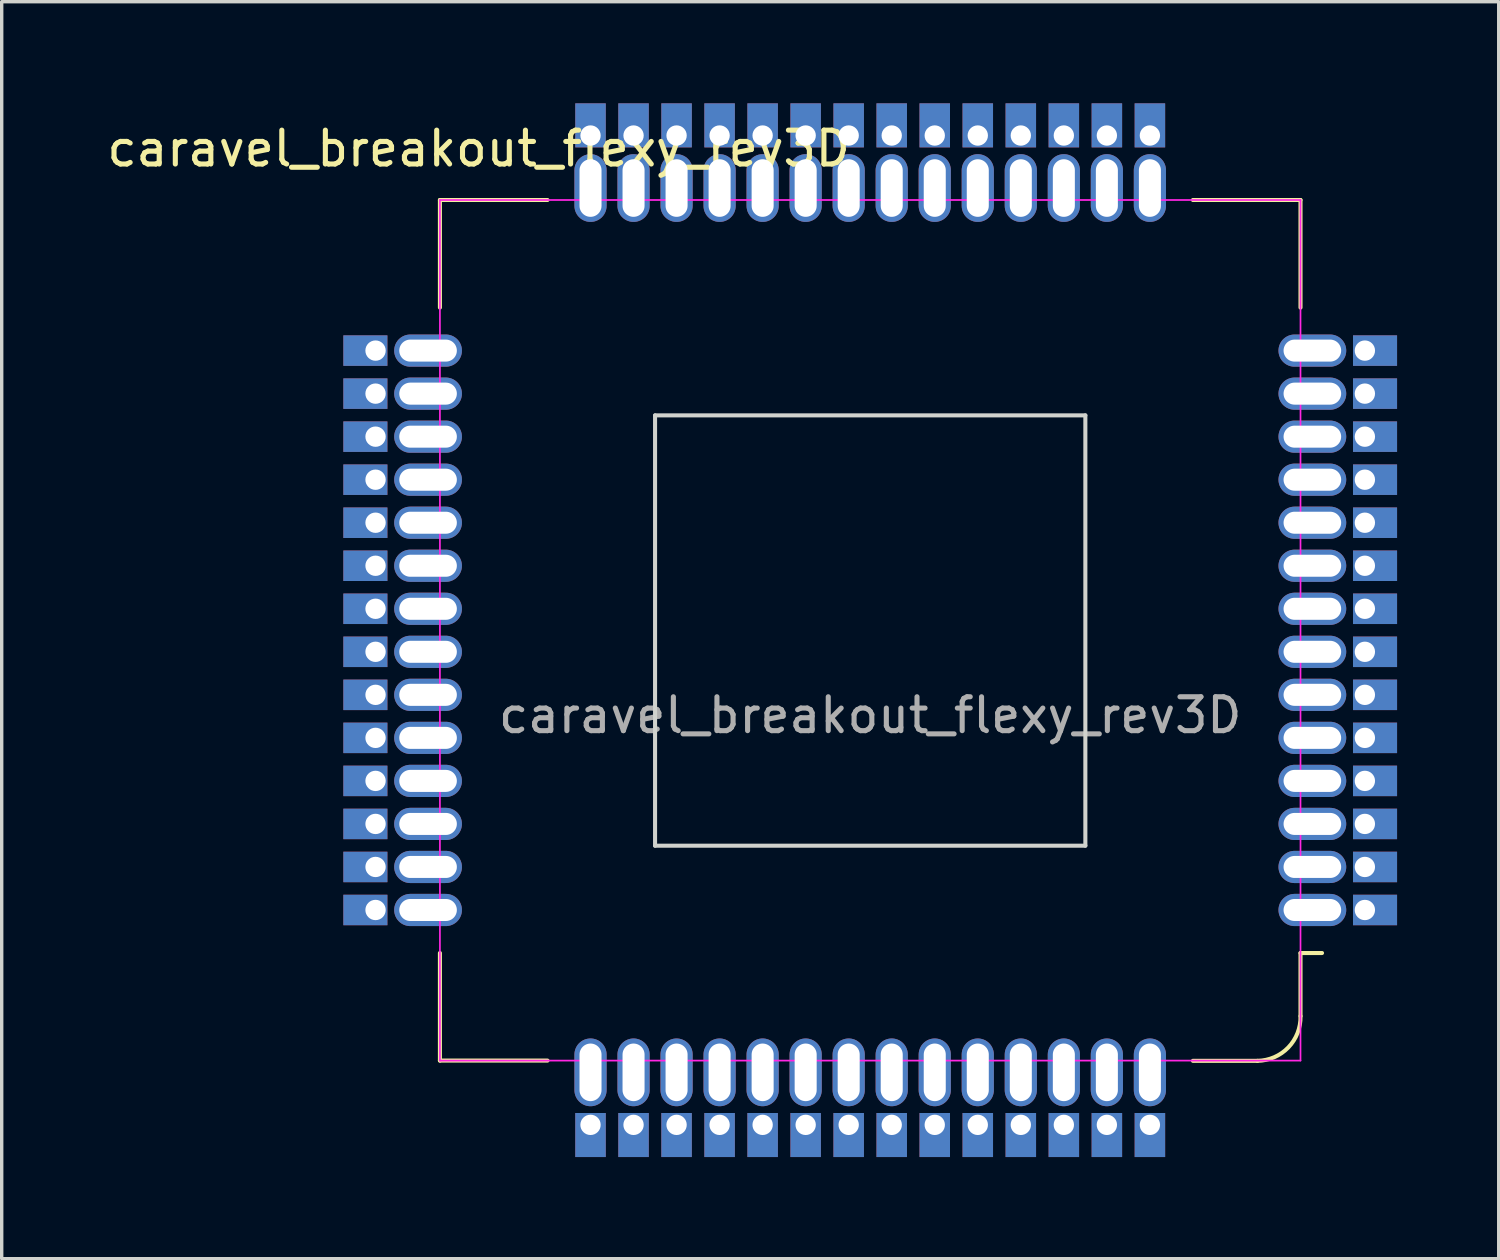
<source format=kicad_pcb>
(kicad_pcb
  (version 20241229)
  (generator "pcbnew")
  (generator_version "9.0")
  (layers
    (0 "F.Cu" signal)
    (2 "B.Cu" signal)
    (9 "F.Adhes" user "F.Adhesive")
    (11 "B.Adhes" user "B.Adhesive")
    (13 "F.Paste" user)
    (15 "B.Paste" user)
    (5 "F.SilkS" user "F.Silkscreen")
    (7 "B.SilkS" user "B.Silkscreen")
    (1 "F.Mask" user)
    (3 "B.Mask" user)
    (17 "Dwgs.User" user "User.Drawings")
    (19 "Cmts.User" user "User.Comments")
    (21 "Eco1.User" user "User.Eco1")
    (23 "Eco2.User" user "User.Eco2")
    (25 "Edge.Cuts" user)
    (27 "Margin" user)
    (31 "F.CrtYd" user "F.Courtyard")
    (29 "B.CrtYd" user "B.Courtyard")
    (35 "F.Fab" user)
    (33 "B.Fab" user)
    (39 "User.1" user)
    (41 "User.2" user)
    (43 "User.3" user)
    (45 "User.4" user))
  (footprint "caravel_breakout_flexy_rev3D"
    (layer "F.Cu")
    (at 22.634 15.56)
    (property "Reference" "caravel_breakout_flexy_rev3D" (at -11.557 -14.224 0) (unlocked yes) (layer "F.SilkS") (effects (font (size 1 1) (thickness 0.15))))
    (attr smd)
    (fp_line (start -12.7 -12.707) (end -9.525 -12.707) (stroke (width 0.12) (type solid)) (layer "F.SilkS"))
    (fp_line (start -12.7 -9.532) (end -12.7 -12.707) (stroke (width 0.12) (type solid)) (layer "F.SilkS"))
    (fp_line (start -12.7 9.518) (end -12.7 12.693) (stroke (width 0.12) (type solid)) (layer "F.SilkS"))
    (fp_line (start -12.7 12.693) (end -9.525 12.693) (stroke (width 0.12) (type solid)) (layer "F.SilkS"))
    (fp_line (start 9.525 -12.707) (end 12.7 -12.707) (stroke (width 0.12) (type solid)) (layer "F.SilkS"))
    (fp_line (start 9.525 12.7) (end 11.43 12.7) (stroke (width 0.12) (type solid)) (layer "F.SilkS"))
    (fp_line (start 12.7 -12.707) (end 12.7 -9.532) (stroke (width 0.12) (type solid)) (layer "F.SilkS"))
    (fp_line (start 12.7 9.518) (end 13.335 9.518) (stroke (width 0.12) (type solid)) (layer "F.SilkS"))
    (fp_line (start 12.7 11.38) (end 12.7 9.518) (stroke (width 0.12) (type solid)) (layer "F.SilkS"))
    (fp_arc (start 12.7 11.3805) (mid 12.340258 12.305182) (end 11.43 12.7) (stroke (width 0.12) (type solid)) (layer "F.SilkS"))
    (fp_line (start -6.35 -6.35) (end 6.35 -6.35) (stroke (width 0.12) (type solid)) (layer "Edge.Cuts"))
    (fp_line (start -6.35 6.35) (end -6.35 -6.35) (stroke (width 0.12) (type solid)) (layer "Edge.Cuts"))
    (fp_line (start 6.35 -6.35) (end 6.35 6.35) (stroke (width 0.12) (type solid)) (layer "Edge.Cuts"))
    (fp_line (start 6.35 6.35) (end -6.35 6.35) (stroke (width 0.12) (type solid)) (layer "Edge.Cuts"))
    (fp_line (start -12.7 -12.707) (end 12.7 -12.707) (stroke (width 0.05) (type solid)) (layer "F.CrtYd"))
    (fp_line (start -12.7 12.693) (end -12.7 -12.707) (stroke (width 0.05) (type solid)) (layer "F.CrtYd"))
    (fp_line (start -12.7 12.693) (end 12.7 12.693) (stroke (width 0.05) (type solid)) (layer "F.CrtYd"))
    (fp_line (start 12.7 12.693) (end 12.7 -12.707) (stroke (width 0.05) (type solid)) (layer "F.CrtYd"))
    (fp_text user "${REFERENCE}" (at 0 2.5 0) (unlocked yes) (layer "F.Fab") (effects (font (size 1 1) (thickness 0.15))))
    (pad "1" thru_hole oval (at 13.05 8.248 180) (size 2 0.95) (drill oval 1.7 0.65) (layers "*.Cu" "*.Mask"))
    (pad "1" thru_hole rect (at 14.6 8.248 180) (size 1.3 0.9) (drill 0.6 (offset -0.3 0)) (layers "*.Cu" "*.Mask"))
    (pad "2" thru_hole oval (at 13.05 6.978 180) (size 2 0.95) (drill oval 1.7 0.65) (layers "*.Cu" "*.Mask"))
    (pad "2" thru_hole rect (at 14.6 6.978 180) (size 1.3 0.9) (drill 0.6 (offset -0.3 0)) (layers "*.Cu" "*.Mask"))
    (pad "3" thru_hole oval (at 13.05 5.708 180) (size 2 0.95) (drill oval 1.7 0.65) (layers "*.Cu" "*.Mask"))
    (pad "3" thru_hole rect (at 14.6 5.708 180) (size 1.3 0.9) (drill 0.6 (offset -0.3 0)) (layers "*.Cu" "*.Mask"))
    (pad "4" thru_hole oval (at 13.05 4.438 180) (size 2 0.95) (drill oval 1.7 0.65) (layers "*.Cu" "*.Mask"))
    (pad "4" thru_hole rect (at 14.6 4.438 180) (size 1.3 0.9) (drill 0.6 (offset -0.3 0)) (layers "*.Cu" "*.Mask"))
    (pad "5" thru_hole oval (at 13.05 3.168 180) (size 2 0.95) (drill oval 1.7 0.65) (layers "*.Cu" "*.Mask"))
    (pad "5" thru_hole rect (at 14.6 3.168 180) (size 1.3 0.9) (drill 0.6 (offset -0.3 0)) (layers "*.Cu" "*.Mask"))
    (pad "6" thru_hole oval (at 13.05 1.898 180) (size 2 0.95) (drill oval 1.7 0.65) (layers "*.Cu" "*.Mask"))
    (pad "6" thru_hole rect (at 14.6 1.898 180) (size 1.3 0.9) (drill 0.6 (offset -0.3 0)) (layers "*.Cu" "*.Mask"))
    (pad "7" thru_hole oval (at 13.05 0.628 180) (size 2 0.95) (drill oval 1.7 0.65) (layers "*.Cu" "*.Mask"))
    (pad "7" thru_hole rect (at 14.6 0.628 180) (size 1.3 0.9) (drill 0.6 (offset -0.3 0)) (layers "*.Cu" "*.Mask"))
    (pad "8" thru_hole oval (at 13.05 -0.642 180) (size 2 0.95) (drill oval 1.7 0.65) (layers "*.Cu" "*.Mask"))
    (pad "8" thru_hole rect (at 14.6 -0.642 180) (size 1.3 0.9) (drill 0.6 (offset -0.3 0)) (layers "*.Cu" "*.Mask"))
    (pad "9" thru_hole oval (at 13.05 -1.912 180) (size 2 0.95) (drill oval 1.7 0.65) (layers "*.Cu" "*.Mask"))
    (pad "9" thru_hole rect (at 14.6 -1.912 180) (size 1.3 0.9) (drill 0.6 (offset -0.3 0)) (layers "*.Cu" "*.Mask"))
    (pad "10" thru_hole oval (at 13.05 -3.182 180) (size 2 0.95) (drill oval 1.7 0.65) (layers "*.Cu" "*.Mask"))
    (pad "10" thru_hole rect (at 14.6 -3.182 180) (size 1.3 0.9) (drill 0.6 (offset -0.3 0)) (layers "*.Cu" "*.Mask"))
    (pad "11" thru_hole oval (at 13.05 -4.452 180) (size 2 0.95) (drill oval 1.7 0.65) (layers "*.Cu" "*.Mask"))
    (pad "11" thru_hole rect (at 14.6 -4.452 180) (size 1.3 0.9) (drill 0.6 (offset -0.3 0)) (layers "*.Cu" "*.Mask"))
    (pad "12" thru_hole oval (at 13.05 -5.722 180) (size 2 0.95) (drill oval 1.7 0.65) (layers "*.Cu" "*.Mask"))
    (pad "12" thru_hole rect (at 14.6 -5.722 180) (size 1.3 0.9) (drill 0.6 (offset -0.3 0)) (layers "*.Cu" "*.Mask"))
    (pad "13" thru_hole oval (at 13.05 -6.992 180) (size 2 0.95) (drill oval 1.7 0.65) (layers "*.Cu" "*.Mask"))
    (pad "13" thru_hole rect (at 14.6 -6.992 180) (size 1.3 0.9) (drill 0.6 (offset -0.3 0)) (layers "*.Cu" "*.Mask"))
    (pad "14" thru_hole oval (at 13.05 -8.262 180) (size 2 0.95) (drill oval 1.7 0.65) (layers "*.Cu" "*.Mask"))
    (pad "14" thru_hole rect (at 14.6 -8.262 180) (size 1.3 0.9) (drill 0.6 (offset -0.3 0)) (layers "*.Cu" "*.Mask"))
    (pad "15" thru_hole rect (at 8.255 -14.61 270) (size 1.3 0.9) (drill 0.6 (offset -0.3 0)) (layers "*.Cu" "*.Mask"))
    (pad "15" thru_hole oval (at 8.255 -13.06 270) (size 2 0.95) (drill oval 1.7 0.65) (layers "*.Cu" "*.Mask"))
    (pad "16" thru_hole rect (at 6.985 -14.61 270) (size 1.3 0.9) (drill 0.6 (offset -0.3 0)) (layers "*.Cu" "*.Mask"))
    (pad "16" thru_hole oval (at 6.985 -13.06 270) (size 2 0.95) (drill oval 1.7 0.65) (layers "*.Cu" "*.Mask"))
    (pad "17" thru_hole rect (at 5.715 -14.61 270) (size 1.3 0.9) (drill 0.6 (offset -0.3 0)) (layers "*.Cu" "*.Mask"))
    (pad "17" thru_hole oval (at 5.715 -13.06 270) (size 2 0.95) (drill oval 1.7 0.65) (layers "*.Cu" "*.Mask"))
    (pad "18" thru_hole rect (at 4.445 -14.61 270) (size 1.3 0.9) (drill 0.6 (offset -0.3 0)) (layers "*.Cu" "*.Mask"))
    (pad "18" thru_hole oval (at 4.445 -13.06 270) (size 2 0.95) (drill oval 1.7 0.65) (layers "*.Cu" "*.Mask"))
    (pad "19" thru_hole rect (at 3.175 -14.61 270) (size 1.3 0.9) (drill 0.6 (offset -0.3 0)) (layers "*.Cu" "*.Mask"))
    (pad "19" thru_hole oval (at 3.175 -13.06 270) (size 2 0.95) (drill oval 1.7 0.65) (layers "*.Cu" "*.Mask"))
    (pad "20" thru_hole rect (at 1.905 -14.61 270) (size 1.3 0.9) (drill 0.6 (offset -0.3 0)) (layers "*.Cu" "*.Mask"))
    (pad "20" thru_hole oval (at 1.905 -13.06 270) (size 2 0.95) (drill oval 1.7 0.65) (layers "*.Cu" "*.Mask"))
    (pad "21" thru_hole rect (at 0.635 -14.61 270) (size 1.3 0.9) (drill 0.6 (offset -0.3 0)) (layers "*.Cu" "*.Mask"))
    (pad "21" thru_hole oval (at 0.635 -13.06 270) (size 2 0.95) (drill oval 1.7 0.65) (layers "*.Cu" "*.Mask"))
    (pad "22" thru_hole rect (at -0.635 -14.61 270) (size 1.3 0.9) (drill 0.6 (offset -0.3 0)) (layers "*.Cu" "*.Mask"))
    (pad "22" thru_hole oval (at -0.635 -13.06 270) (size 2 0.95) (drill oval 1.7 0.65) (layers "*.Cu" "*.Mask"))
    (pad "23" thru_hole rect (at -1.905 -14.61 270) (size 1.3 0.9) (drill 0.6 (offset -0.3 0)) (layers "*.Cu" "*.Mask"))
    (pad "23" thru_hole oval (at -1.905 -13.06 270) (size 2 0.95) (drill oval 1.7 0.65) (layers "*.Cu" "*.Mask"))
    (pad "24" thru_hole rect (at -3.175 -14.61 270) (size 1.3 0.9) (drill 0.6 (offset -0.3 0)) (layers "*.Cu" "*.Mask"))
    (pad "24" thru_hole oval (at -3.175 -13.06 270) (size 2 0.95) (drill oval 1.7 0.65) (layers "*.Cu" "*.Mask"))
    (pad "25" thru_hole rect (at -4.445 -14.61 270) (size 1.3 0.9) (drill 0.6 (offset -0.3 0)) (layers "*.Cu" "*.Mask"))
    (pad "25" thru_hole oval (at -4.445 -13.06 270) (size 2 0.95) (drill oval 1.7 0.65) (layers "*.Cu" "*.Mask"))
    (pad "26" thru_hole rect (at -5.715 -14.61 270) (size 1.3 0.9) (drill 0.6 (offset -0.3 0)) (layers "*.Cu" "*.Mask"))
    (pad "26" thru_hole oval (at -5.715 -13.06 270) (size 2 0.95) (drill oval 1.7 0.65) (layers "*.Cu" "*.Mask"))
    (pad "27" thru_hole rect (at -6.985 -14.61 270) (size 1.3 0.9) (drill 0.6 (offset -0.3 0)) (layers "*.Cu" "*.Mask"))
    (pad "27" thru_hole oval (at -6.985 -13.06 270) (size 2 0.95) (drill oval 1.7 0.65) (layers "*.Cu" "*.Mask"))
    (pad "28" thru_hole rect (at -8.255 -14.61 270) (size 1.3 0.9) (drill 0.6 (offset -0.3 0)) (layers "*.Cu" "*.Mask"))
    (pad "28" thru_hole oval (at -8.255 -13.06 270) (size 2 0.95) (drill oval 1.7 0.65) (layers "*.Cu" "*.Mask"))
    (pad "29" thru_hole rect (at -14.6 -8.262) (size 1.3 0.9) (drill 0.6 (offset -0.3 0)) (layers "*.Cu" "*.Mask"))
    (pad "29" thru_hole oval (at -13.05 -8.262) (size 2 0.95) (drill oval 1.7 0.65) (layers "*.Cu" "*.Mask"))
    (pad "30" thru_hole rect (at -14.6 -6.992) (size 1.3 0.9) (drill 0.6 (offset -0.3 0)) (layers "*.Cu" "*.Mask"))
    (pad "30" thru_hole oval (at -13.05 -6.992) (size 2 0.95) (drill oval 1.7 0.65) (layers "*.Cu" "*.Mask"))
    (pad "31" thru_hole rect (at -14.6 -5.722) (size 1.3 0.9) (drill 0.6 (offset -0.3 0)) (layers "*.Cu" "*.Mask"))
    (pad "31" thru_hole oval (at -13.05 -5.722) (size 2 0.95) (drill oval 1.7 0.65) (layers "*.Cu" "*.Mask"))
    (pad "32" thru_hole rect (at -14.6 -4.452) (size 1.3 0.9) (drill 0.6 (offset -0.3 0)) (layers "*.Cu" "*.Mask"))
    (pad "32" thru_hole oval (at -13.05 -4.452) (size 2 0.95) (drill oval 1.7 0.65) (layers "*.Cu" "*.Mask"))
    (pad "33" thru_hole rect (at -14.6 -3.182) (size 1.3 0.9) (drill 0.6 (offset -0.3 0)) (layers "*.Cu" "*.Mask"))
    (pad "33" thru_hole oval (at -13.05 -3.182) (size 2 0.95) (drill oval 1.7 0.65) (layers "*.Cu" "*.Mask"))
    (pad "34" thru_hole rect (at -14.6 -1.912) (size 1.3 0.9) (drill 0.6 (offset -0.3 0)) (layers "*.Cu" "*.Mask"))
    (pad "34" thru_hole oval (at -13.05 -1.912) (size 2 0.95) (drill oval 1.7 0.65) (layers "*.Cu" "*.Mask"))
    (pad "35" thru_hole rect (at -14.6 -0.642) (size 1.3 0.9) (drill 0.6 (offset -0.3 0)) (layers "*.Cu" "*.Mask"))
    (pad "35" thru_hole oval (at -13.05 -0.642) (size 2 0.95) (drill oval 1.7 0.65) (layers "*.Cu" "*.Mask"))
    (pad "36" thru_hole rect (at -14.6 0.628) (size 1.3 0.9) (drill 0.6 (offset -0.3 0)) (layers "*.Cu" "*.Mask"))
    (pad "36" thru_hole oval (at -13.05 0.628) (size 2 0.95) (drill oval 1.7 0.65) (layers "*.Cu" "*.Mask"))
    (pad "37" thru_hole rect (at -14.6 1.898) (size 1.3 0.9) (drill 0.6 (offset -0.3 0)) (layers "*.Cu" "*.Mask"))
    (pad "37" thru_hole oval (at -13.05 1.898) (size 2 0.95) (drill oval 1.7 0.65) (layers "*.Cu" "*.Mask"))
    (pad "38" thru_hole rect (at -14.6 3.168) (size 1.3 0.9) (drill 0.6 (offset -0.3 0)) (layers "*.Cu" "*.Mask"))
    (pad "38" thru_hole oval (at -13.05 3.168) (size 2 0.95) (drill oval 1.7 0.65) (layers "*.Cu" "*.Mask"))
    (pad "39" thru_hole rect (at -14.6 4.438) (size 1.3 0.9) (drill 0.6 (offset -0.3 0)) (layers "*.Cu" "*.Mask"))
    (pad "39" thru_hole oval (at -13.05 4.438) (size 2 0.95) (drill oval 1.7 0.65) (layers "*.Cu" "*.Mask"))
    (pad "40" thru_hole rect (at -14.6 5.708) (size 1.3 0.9) (drill 0.6 (offset -0.3 0)) (layers "*.Cu" "*.Mask"))
    (pad "40" thru_hole oval (at -13.05 5.708) (size 2 0.95) (drill oval 1.7 0.65) (layers "*.Cu" "*.Mask"))
    (pad "41" thru_hole rect (at -14.6 6.978) (size 1.3 0.9) (drill 0.6 (offset -0.3 0)) (layers "*.Cu" "*.Mask"))
    (pad "41" thru_hole oval (at -13.05 6.978) (size 2 0.95) (drill oval 1.7 0.65) (layers "*.Cu" "*.Mask"))
    (pad "42" thru_hole rect (at -14.6 8.248) (size 1.3 0.9) (drill 0.6 (offset -0.3 0)) (layers "*.Cu" "*.Mask"))
    (pad "42" thru_hole oval (at -13.05 8.248) (size 2 0.95) (drill oval 1.7 0.65) (layers "*.Cu" "*.Mask"))
    (pad "43" thru_hole oval (at -8.255 13.04 90) (size 2 0.95) (drill oval 1.7 0.65) (layers "*.Cu" "*.Mask"))
    (pad "43" thru_hole rect (at -8.255 14.59 90) (size 1.3 0.9) (drill 0.6 (offset -0.3 0)) (layers "*.Cu" "*.Mask"))
    (pad "44" thru_hole oval (at -6.985 13.04 90) (size 2 0.95) (drill oval 1.7 0.65) (layers "*.Cu" "*.Mask"))
    (pad "44" thru_hole rect (at -6.985 14.59 90) (size 1.3 0.9) (drill 0.6 (offset -0.3 0)) (layers "*.Cu" "*.Mask"))
    (pad "45" thru_hole oval (at -5.715 13.04 90) (size 2 0.95) (drill oval 1.7 0.65) (layers "*.Cu" "*.Mask"))
    (pad "45" thru_hole rect (at -5.715 14.59 90) (size 1.3 0.9) (drill 0.6 (offset -0.3 0)) (layers "*.Cu" "*.Mask"))
    (pad "46" thru_hole oval (at -4.445 13.04 90) (size 2 0.95) (drill oval 1.7 0.65) (layers "*.Cu" "*.Mask"))
    (pad "46" thru_hole rect (at -4.445 14.59 90) (size 1.3 0.9) (drill 0.6 (offset -0.3 0)) (layers "*.Cu" "*.Mask"))
    (pad "47" thru_hole oval (at -3.175 13.04 90) (size 2 0.95) (drill oval 1.7 0.65) (layers "*.Cu" "*.Mask"))
    (pad "47" thru_hole rect (at -3.175 14.59 90) (size 1.3 0.9) (drill 0.6 (offset -0.3 0)) (layers "*.Cu" "*.Mask"))
    (pad "48" thru_hole oval (at -1.905 13.04 90) (size 2 0.95) (drill oval 1.7 0.65) (layers "*.Cu" "*.Mask"))
    (pad "48" thru_hole rect (at -1.905 14.59 90) (size 1.3 0.9) (drill 0.6 (offset -0.3 0)) (layers "*.Cu" "*.Mask"))
    (pad "49" thru_hole oval (at -0.635 13.04 90) (size 2 0.95) (drill oval 1.7 0.65) (layers "*.Cu" "*.Mask"))
    (pad "49" thru_hole rect (at -0.635 14.59 90) (size 1.3 0.9) (drill 0.6 (offset -0.3 0)) (layers "*.Cu" "*.Mask"))
    (pad "50" thru_hole oval (at 0.635 13.04 90) (size 2 0.95) (drill oval 1.7 0.65) (layers "*.Cu" "*.Mask"))
    (pad "50" thru_hole rect (at 0.635 14.59 90) (size 1.3 0.9) (drill 0.6 (offset -0.3 0)) (layers "*.Cu" "*.Mask"))
    (pad "51" thru_hole oval (at 1.905 13.04 90) (size 2 0.95) (drill oval 1.7 0.65) (layers "*.Cu" "*.Mask"))
    (pad "51" thru_hole rect (at 1.905 14.59 90) (size 1.3 0.9) (drill 0.6 (offset -0.3 0)) (layers "*.Cu" "*.Mask"))
    (pad "52" thru_hole oval (at 3.175 13.04 90) (size 2 0.95) (drill oval 1.7 0.65) (layers "*.Cu" "*.Mask"))
    (pad "52" thru_hole rect (at 3.175 14.59 90) (size 1.3 0.9) (drill 0.6 (offset -0.3 0)) (layers "*.Cu" "*.Mask"))
    (pad "53" thru_hole oval (at 4.445 13.04 90) (size 2 0.95) (drill oval 1.7 0.65) (layers "*.Cu" "*.Mask"))
    (pad "53" thru_hole rect (at 4.445 14.59 90) (size 1.3 0.9) (drill 0.6 (offset -0.3 0)) (layers "*.Cu" "*.Mask"))
    (pad "54" thru_hole oval (at 5.715 13.04 90) (size 2 0.95) (drill oval 1.7 0.65) (layers "*.Cu" "*.Mask"))
    (pad "54" thru_hole rect (at 5.715 14.59 90) (size 1.3 0.9) (drill 0.6 (offset -0.3 0)) (layers "*.Cu" "*.Mask"))
    (pad "55" thru_hole oval (at 6.985 13.04 90) (size 2 0.95) (drill oval 1.7 0.65) (layers "*.Cu" "*.Mask"))
    (pad "55" thru_hole rect (at 6.985 14.59 90) (size 1.3 0.9) (drill 0.6 (offset -0.3 0)) (layers "*.Cu" "*.Mask"))
    (pad "56" thru_hole oval (at 8.255 13.04 90) (size 2 0.95) (drill oval 1.7 0.65) (layers "*.Cu" "*.Mask"))
    (pad "56" thru_hole rect (at 8.255 14.59 90) (size 1.3 0.9) (drill 0.6 (offset -0.3 0)) (layers "*.Cu" "*.Mask"))
    (zone (net_name "") (layers "F.Cu" "F.Mask" "B.Cu" "B.Mask" "F.SilkS" "B.SilkS" "F.Adhes" "B.Adhes" "F.Paste" "B.Paste") (name "Breakout board pop area") (hatch full 0.508) (connect_pads) (min_thickness 0.254) (filled_areas_thickness no) (keepout (tracks not_allowed) (vias not_allowed) (pads not_allowed) (copperpour not_allowed) (footprints not_allowed)) (placement (enabled no)) (fill) (polygon (pts (xy 28.984 21.91) (xy 16.284 21.91) (xy 16.284 9.21) (xy 28.984 9.21)))))
  (gr_rect
    (start -3 -3)
    (end 41.184 34.1)
    (stroke (width 0.1) (type default))
    (fill no)
    (layer "Edge.Cuts")))
</source>
